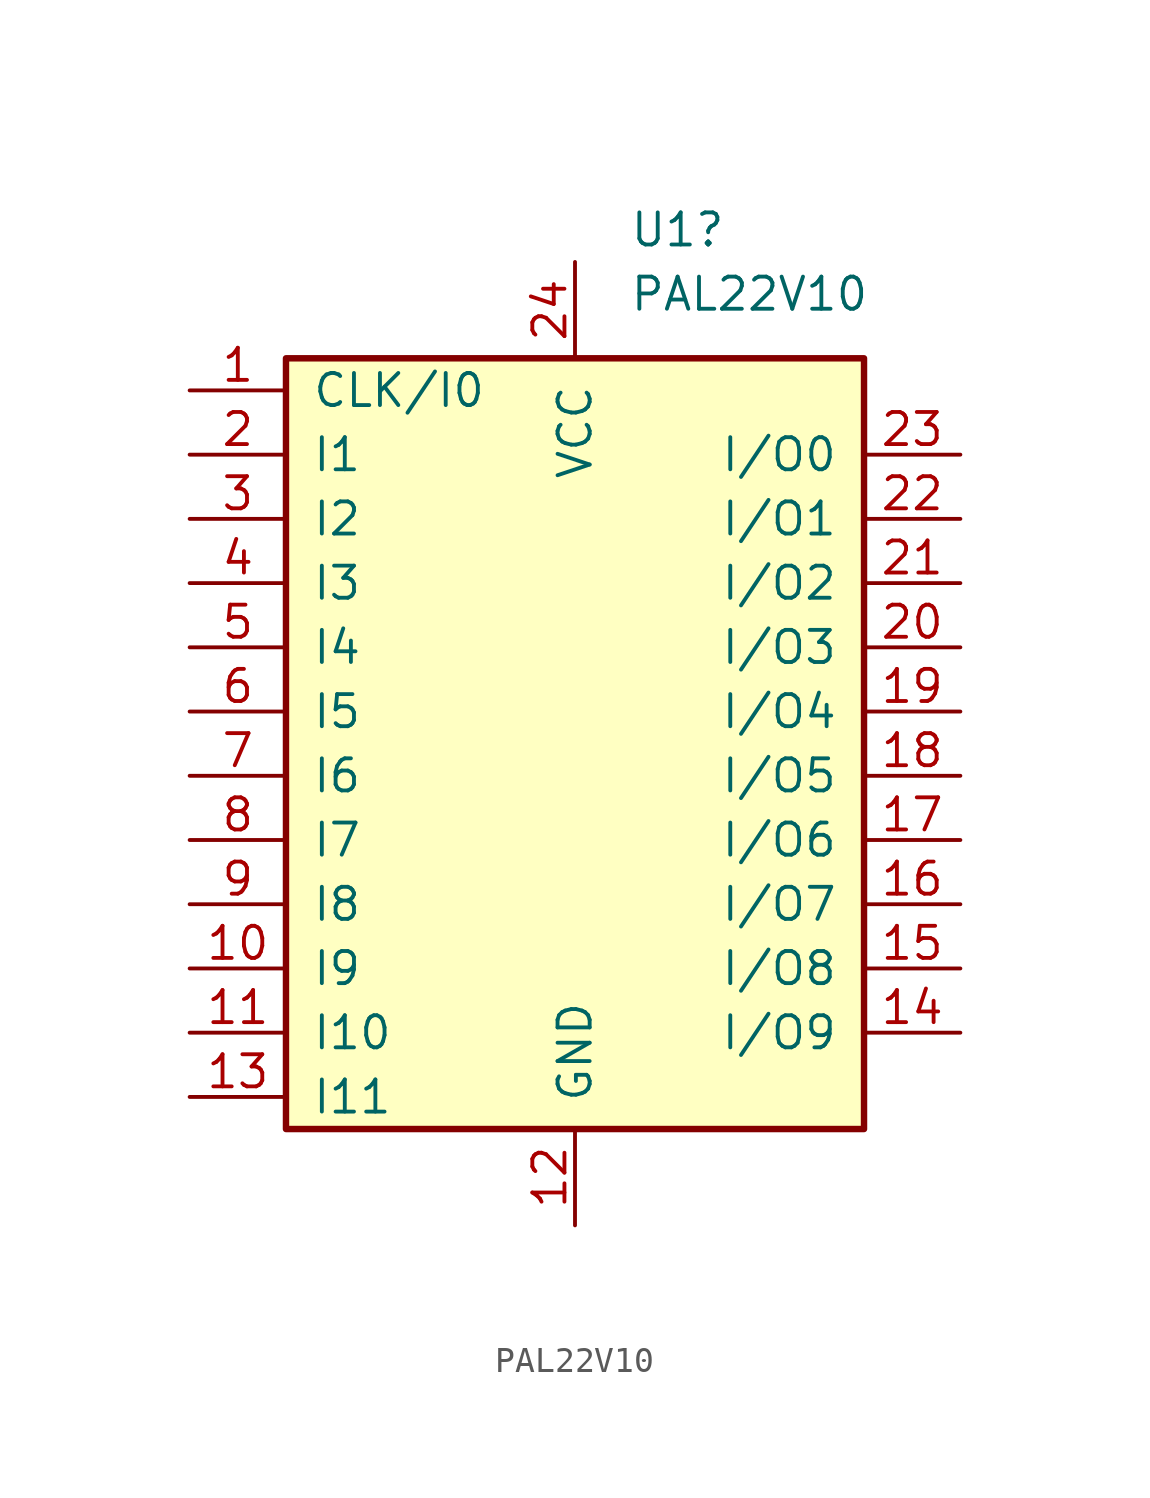
<source format=kicad_sym>
(kicad_symbol_lib
  (version 20241209)
  (generator "kicad_symbol_editor")
  (generator_version "9.0")
  (symbol "PAL22V10"
    (pin_names
      (offset 1.016))
    (property "Reference" "U1"
      (at 2.143 21.59 0)
      (effects (font (size 1.27 1.27)) (justify left)))
    (property "Value" "PAL22V10"
      (at 2.143 19.05 0)
      (effects (font (size 1.27 1.27)) (justify left)))
    (symbol "PAL22V10_0_1"
      (rectangle (start -11.43 -13.97) (end 11.43 16.51) (stroke (width 0.254) (type default)) (fill (type background))))
    (symbol "PAL22V10_1_1"
      (pin passive line (at -15.24 15.24 0) (length 3.81) (name "CLK/I0" (effects (font (size 1.27 1.27)))) (number "1" (effects (font (size 1.27 1.27)))))
      (pin passive line (at -15.24 12.7 0) (length 3.81) (name "I1" (effects (font (size 1.27 1.27)))) (number "2" (effects (font (size 1.27 1.27)))))
      (pin passive line (at -15.24 10.16 0) (length 3.81) (name "I2" (effects (font (size 1.27 1.27)))) (number "3" (effects (font (size 1.27 1.27)))))
      (pin passive line (at -15.24 7.62 0) (length 3.81) (name "I3" (effects (font (size 1.27 1.27)))) (number "4" (effects (font (size 1.27 1.27)))))
      (pin passive line (at -15.24 5.08 0) (length 3.81) (name "I4" (effects (font (size 1.27 1.27)))) (number "5" (effects (font (size 1.27 1.27)))))
      (pin passive line (at -15.24 2.54 0) (length 3.81) (name "I5" (effects (font (size 1.27 1.27)))) (number "6" (effects (font (size 1.27 1.27)))))
      (pin passive line (at -15.24 0 0) (length 3.81) (name "I6" (effects (font (size 1.27 1.27)))) (number "7" (effects (font (size 1.27 1.27)))))
      (pin passive line (at -15.24 -2.54 0) (length 3.81) (name "I7" (effects (font (size 1.27 1.27)))) (number "8" (effects (font (size 1.27 1.27)))))
      (pin passive line (at -15.24 -5.08 0) (length 3.81) (name "I8" (effects (font (size 1.27 1.27)))) (number "9" (effects (font (size 1.27 1.27)))))
      (pin passive line (at -15.24 -7.62 0) (length 3.81) (name "I9" (effects (font (size 1.27 1.27)))) (number "10" (effects (font (size 1.27 1.27)))))
      (pin passive line (at -15.24 -10.16 0) (length 3.81) (name "I10" (effects (font (size 1.27 1.27)))) (number "11" (effects (font (size 1.27 1.27)))))
      (pin passive line (at -15.24 -12.7 0) (length 3.81) (name "I11" (effects (font (size 1.27 1.27)))) (number "13" (effects (font (size 1.27 1.27)))))
      (pin passive line (at 0 20.32 270) (length 3.81) (name "VCC" (effects (font (size 1.27 1.27)))) (number "24" (effects (font (size 1.27 1.27)))))
      (pin passive line (at 0 -17.78 90) (length 3.81) (name "GND" (effects (font (size 1.27 1.27)))) (number "12" (effects (font (size 1.27 1.27)))))
      (pin passive line (at 15.24 12.7 180) (length 3.81) (name "I/O0" (effects (font (size 1.27 1.27)))) (number "23" (effects (font (size 1.27 1.27)))))
      (pin passive line (at 15.24 10.16 180) (length 3.81) (name "I/O1" (effects (font (size 1.27 1.27)))) (number "22" (effects (font (size 1.27 1.27)))))
      (pin passive line (at 15.24 7.62 180) (length 3.81) (name "I/O2" (effects (font (size 1.27 1.27)))) (number "21" (effects (font (size 1.27 1.27)))))
      (pin passive line (at 15.24 5.08 180) (length 3.81) (name "I/O3" (effects (font (size 1.27 1.27)))) (number "20" (effects (font (size 1.27 1.27)))))
      (pin passive line (at 15.24 2.54 180) (length 3.81) (name "I/O4" (effects (font (size 1.27 1.27)))) (number "19" (effects (font (size 1.27 1.27)))))
      (pin passive line (at 15.24 0 180) (length 3.81) (name "I/O5" (effects (font (size 1.27 1.27)))) (number "18" (effects (font (size 1.27 1.27)))))
      (pin passive line (at 15.24 -2.54 180) (length 3.81) (name "I/O6" (effects (font (size 1.27 1.27)))) (number "17" (effects (font (size 1.27 1.27)))))
      (pin passive line (at 15.24 -5.08 180) (length 3.81) (name "I/O7" (effects (font (size 1.27 1.27)))) (number "16" (effects (font (size 1.27 1.27)))))
      (pin passive line (at 15.24 -7.62 180) (length 3.81) (name "I/O8" (effects (font (size 1.27 1.27)))) (number "15" (effects (font (size 1.27 1.27)))))
      (pin passive line (at 15.24 -10.16 180) (length 3.81) (name "I/O9" (effects (font (size 1.27 1.27)))) (number "14" (effects (font (size 1.27 1.27))))))))
</source>
